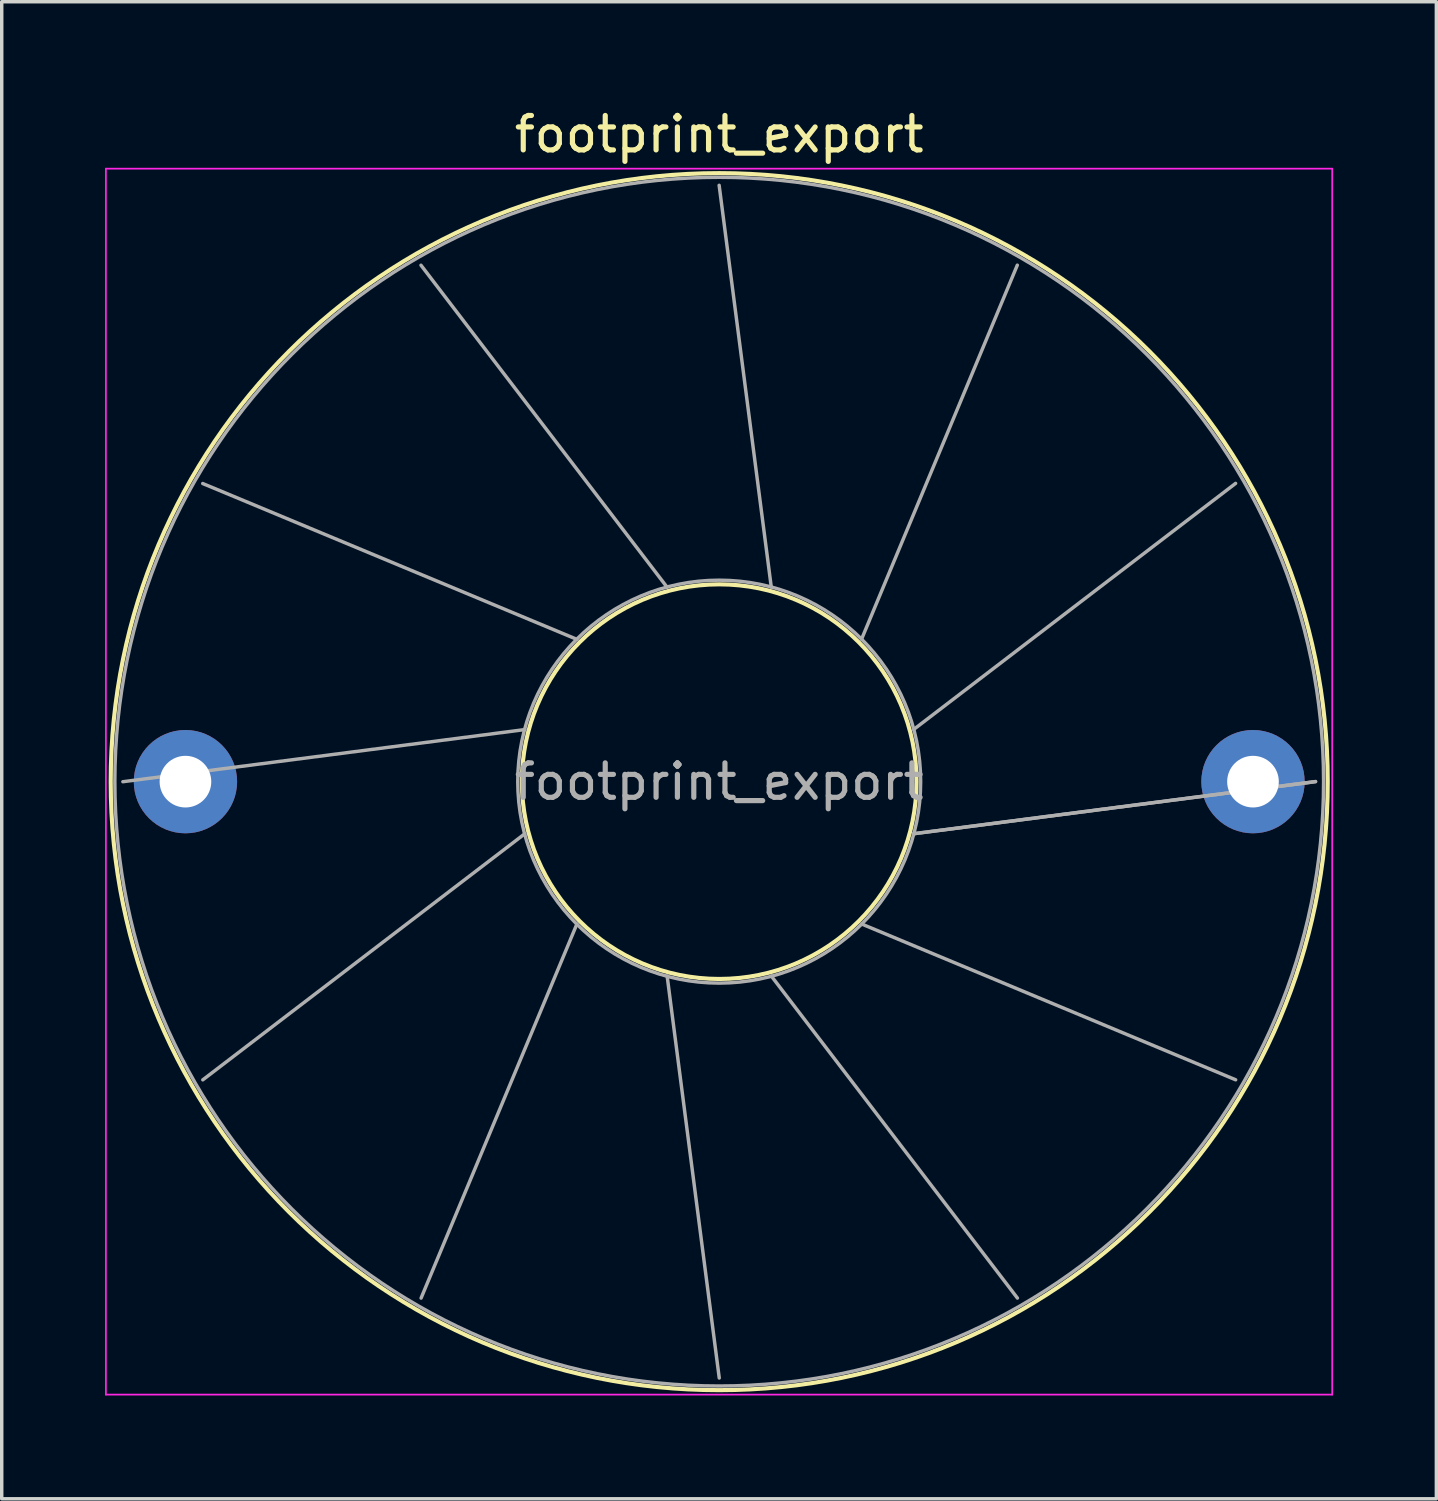
<source format=kicad_pcb>
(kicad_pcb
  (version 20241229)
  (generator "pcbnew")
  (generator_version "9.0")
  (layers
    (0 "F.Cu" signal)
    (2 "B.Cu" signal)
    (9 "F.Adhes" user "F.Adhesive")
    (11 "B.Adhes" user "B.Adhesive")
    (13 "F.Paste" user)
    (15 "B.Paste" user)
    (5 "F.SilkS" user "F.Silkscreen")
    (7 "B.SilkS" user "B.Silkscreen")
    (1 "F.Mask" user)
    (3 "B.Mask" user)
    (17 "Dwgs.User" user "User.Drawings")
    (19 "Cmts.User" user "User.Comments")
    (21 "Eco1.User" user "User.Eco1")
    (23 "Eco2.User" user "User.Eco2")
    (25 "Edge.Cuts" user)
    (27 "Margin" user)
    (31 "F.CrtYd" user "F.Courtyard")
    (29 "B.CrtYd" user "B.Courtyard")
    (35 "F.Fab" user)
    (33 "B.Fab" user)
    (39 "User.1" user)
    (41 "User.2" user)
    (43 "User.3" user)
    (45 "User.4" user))
  (footprint "footprint_export"
    (layer "F.Cu")
    (at 2.335 19.648)
    (property "Reference" "footprint_export" (at 15.5 -18.8 0) (layer "F.SilkS") (effects (font (size 1 1) (thickness 0.15))))
    (attr through_hole)
    (fp_circle (center 15.5 0) (end 21.23 0) (stroke (width 0.12) (type solid)) (fill no) (layer "F.SilkS"))
    (fp_circle (center 15.5 0) (end 33.17 0) (stroke (width 0.12) (type solid)) (fill no) (layer "F.SilkS"))
    (fp_line (start -2.31 -17.8) (end -2.31 17.8) (stroke (width 0.05) (type solid)) (layer "F.CrtYd"))
    (fp_line (start -2.31 17.8) (end 33.3 17.8) (stroke (width 0.05) (type solid)) (layer "F.CrtYd"))
    (fp_line (start 33.3 -17.8) (end -2.31 -17.8) (stroke (width 0.05) (type solid)) (layer "F.CrtYd"))
    (fp_line (start 33.3 17.8) (end 33.3 -17.8) (stroke (width 0.05) (type solid)) (layer "F.CrtYd"))
    (fp_line (start -1.817 0.002) (end 9.854 -1.512) (stroke (width 0.1) (type solid)) (layer "F.Fab"))
    (fp_line (start 0.502 -8.657) (end 11.367 -4.132) (stroke (width 0.1) (type solid)) (layer "F.Fab"))
    (fp_line (start 0.504 8.659) (end 9.855 1.513) (stroke (width 0.1) (type solid)) (layer "F.Fab"))
    (fp_line (start 6.84 -14.996) (end 13.987 -5.645) (stroke (width 0.1) (type solid)) (layer "F.Fab"))
    (fp_line (start 6.843 14.997) (end 11.368 4.133) (stroke (width 0.1) (type solid)) (layer "F.Fab"))
    (fp_line (start 15.498 -17.317) (end 17.012 -5.646) (stroke (width 0.1) (type solid)) (layer "F.Fab"))
    (fp_line (start 15.501 17.317) (end 13.988 5.646) (stroke (width 0.1) (type solid)) (layer "F.Fab"))
    (fp_line (start 24.156 -14.998) (end 19.632 -4.133) (stroke (width 0.1) (type solid)) (layer "F.Fab"))
    (fp_line (start 24.159 14.996) (end 17.013 5.645) (stroke (width 0.1) (type solid)) (layer "F.Fab"))
    (fp_line (start 30.495 -8.661) (end 21.145 -1.514) (stroke (width 0.1) (type solid)) (layer "F.Fab"))
    (fp_line (start 30.497 8.658) (end 19.633 4.133) (stroke (width 0.1) (type solid)) (layer "F.Fab"))
    (fp_line (start 32.817 -0.003) (end 21.146 1.512) (stroke (width 0.1) (type solid)) (layer "F.Fab"))
    (fp_line (start 32.817 0) (end 21.145 1.513) (stroke (width 0.1) (type solid)) (layer "F.Fab"))
    (fp_circle (center 15.5 0) (end 21.35 0) (stroke (width 0.1) (type solid)) (fill no) (layer "F.Fab"))
    (fp_circle (center 15.5 0) (end 33.05 0) (stroke (width 0.1) (type solid)) (fill no) (layer "F.Fab"))
    (fp_text user "${REFERENCE}" (at 15.5 0 0) (layer "F.Fab") (effects (font (size 1 1) (thickness 0.15))))
    (pad "1" thru_hole circle (at 0 0) (size 3 3) (drill 1.5) (layers "*.Cu" "*.Mask"))
    (pad "2" thru_hole circle (at 31 0) (size 3 3) (drill 1.5) (layers "*.Cu" "*.Mask")))
  (gr_rect
    (start -3 -3)
    (end 38.66 40.473)
    (stroke (width 0.1) (type default))
    (fill no)
    (layer "Edge.Cuts")))
</source>
